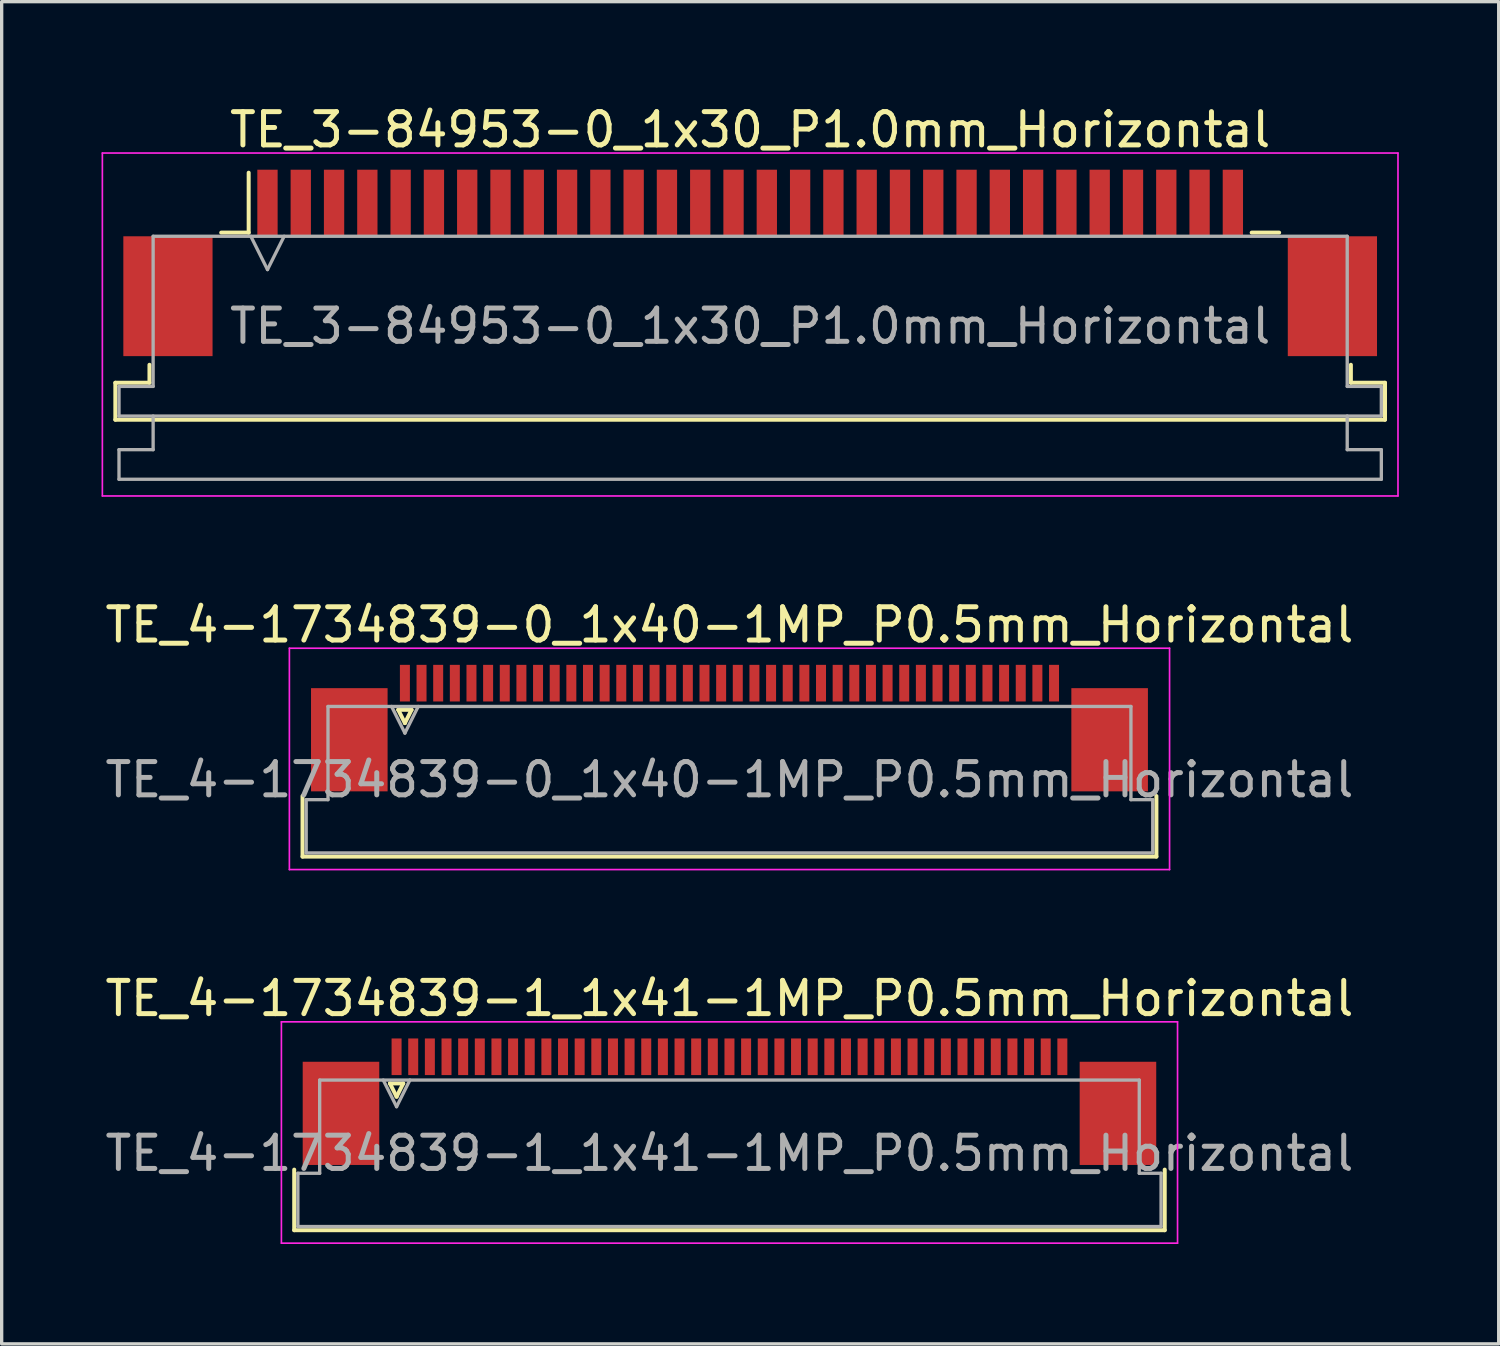
<source format=kicad_pcb>
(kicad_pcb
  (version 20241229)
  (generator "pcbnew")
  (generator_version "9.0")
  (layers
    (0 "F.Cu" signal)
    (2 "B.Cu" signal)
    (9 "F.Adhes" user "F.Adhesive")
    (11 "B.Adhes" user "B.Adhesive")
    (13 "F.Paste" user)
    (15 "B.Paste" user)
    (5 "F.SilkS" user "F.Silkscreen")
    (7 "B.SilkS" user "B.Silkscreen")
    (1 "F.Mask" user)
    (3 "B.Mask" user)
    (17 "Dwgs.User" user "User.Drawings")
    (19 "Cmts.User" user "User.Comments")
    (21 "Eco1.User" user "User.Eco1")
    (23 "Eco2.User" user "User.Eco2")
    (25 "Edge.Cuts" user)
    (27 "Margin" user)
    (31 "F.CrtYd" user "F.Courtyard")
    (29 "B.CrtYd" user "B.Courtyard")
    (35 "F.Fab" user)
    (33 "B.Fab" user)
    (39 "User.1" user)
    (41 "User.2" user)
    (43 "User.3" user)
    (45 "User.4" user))
  (footprint "TE_3-84953-0_1x30_P1.0mm_Horizontal"
    (layer "F.Cu")
    (at 19.485 4.848)
    (property "Reference" "TE_3-84953-0_1x30_P1.0mm_Horizontal" (at 0 -4 0) (layer "F.SilkS") (effects (font (size 1 1) (thickness 0.15))))
    (attr smd)
    (fp_line (start -19.07 3.6) (end -18.045 3.6) (stroke (width 0.12) (type solid)) (layer "F.SilkS"))
    (fp_line (start -19.07 4.71) (end -19.07 3.6) (stroke (width 0.12) (type solid)) (layer "F.SilkS"))
    (fp_line (start -18.045 3.6) (end -18.045 3.06) (stroke (width 0.12) (type solid)) (layer "F.SilkS"))
    (fp_line (start -15.89 -0.91) (end -15.065 -0.91) (stroke (width 0.12) (type solid)) (layer "F.SilkS"))
    (fp_line (start -15.065 -0.91) (end -15.065 -2.71) (stroke (width 0.12) (type solid)) (layer "F.SilkS"))
    (fp_line (start 15.065 -0.91) (end 15.89 -0.91) (stroke (width 0.12) (type solid)) (layer "F.SilkS"))
    (fp_line (start 18.045 3.06) (end 18.045 3.6) (stroke (width 0.12) (type solid)) (layer "F.SilkS"))
    (fp_line (start 18.045 3.6) (end 19.07 3.6) (stroke (width 0.12) (type solid)) (layer "F.SilkS"))
    (fp_line (start 19.07 3.6) (end 19.07 4.71) (stroke (width 0.12) (type solid)) (layer "F.SilkS"))
    (fp_line (start 19.07 4.71) (end -19.07 4.71) (stroke (width 0.12) (type solid)) (layer "F.SilkS"))
    (fp_line (start -19.46 -3.3) (end -19.46 7) (stroke (width 0.05) (type solid)) (layer "F.CrtYd"))
    (fp_line (start -19.46 7) (end 19.46 7) (stroke (width 0.05) (type solid)) (layer "F.CrtYd"))
    (fp_line (start 19.46 -3.3) (end -19.46 -3.3) (stroke (width 0.05) (type solid)) (layer "F.CrtYd"))
    (fp_line (start 19.46 7) (end 19.46 -3.3) (stroke (width 0.05) (type solid)) (layer "F.CrtYd"))
    (fp_line (start -18.96 3.71) (end -17.935 3.71) (stroke (width 0.1) (type solid)) (layer "F.Fab"))
    (fp_line (start -18.96 4.6) (end -18.96 3.71) (stroke (width 0.1) (type solid)) (layer "F.Fab"))
    (fp_line (start -18.96 5.61) (end -17.935 5.61) (stroke (width 0.1) (type solid)) (layer "F.Fab"))
    (fp_line (start -18.96 6.5) (end -18.96 5.61) (stroke (width 0.1) (type solid)) (layer "F.Fab"))
    (fp_line (start -17.935 -0.8) (end 17.935 -0.8) (stroke (width 0.1) (type solid)) (layer "F.Fab"))
    (fp_line (start -17.935 3.71) (end -17.935 -0.8) (stroke (width 0.1) (type solid)) (layer "F.Fab"))
    (fp_line (start -17.935 5.61) (end -17.935 4.6) (stroke (width 0.1) (type solid)) (layer "F.Fab"))
    (fp_line (start -15 -0.8) (end -14.5 0.2) (stroke (width 0.1) (type solid)) (layer "F.Fab"))
    (fp_line (start -14.5 0.2) (end -14 -0.8) (stroke (width 0.1) (type solid)) (layer "F.Fab"))
    (fp_line (start 17.935 -0.8) (end 17.935 3.71) (stroke (width 0.1) (type solid)) (layer "F.Fab"))
    (fp_line (start 17.935 3.71) (end 18.96 3.71) (stroke (width 0.1) (type solid)) (layer "F.Fab"))
    (fp_line (start 17.935 4.6) (end 17.935 5.61) (stroke (width 0.1) (type solid)) (layer "F.Fab"))
    (fp_line (start 17.935 5.61) (end 18.96 5.61) (stroke (width 0.1) (type solid)) (layer "F.Fab"))
    (fp_line (start 18.96 3.71) (end 18.96 4.6) (stroke (width 0.1) (type solid)) (layer "F.Fab"))
    (fp_line (start 18.96 4.6) (end -18.96 4.6) (stroke (width 0.1) (type solid)) (layer "F.Fab"))
    (fp_line (start 18.96 5.61) (end 18.96 6.5) (stroke (width 0.1) (type solid)) (layer "F.Fab"))
    (fp_line (start 18.96 6.5) (end -18.96 6.5) (stroke (width 0.1) (type solid)) (layer "F.Fab"))
    (fp_text user "${REFERENCE}" (at 0 1.9 0) (layer "F.Fab") (effects (font (size 1 1) (thickness 0.15))))
    (pad "" smd rect (at -17.49 1) (size 2.68 3.6) (layers "F.Cu" "F.Mask" "F.Paste"))
    (pad "" smd rect (at 17.49 1) (size 2.68 3.6) (layers "F.Cu" "F.Mask" "F.Paste"))
    (pad "1" smd rect (at -14.5 -1.8) (size 0.61 2) (layers "F.Cu" "F.Mask" "F.Paste"))
    (pad "2" smd rect (at -13.5 -1.8) (size 0.61 2) (layers "F.Cu" "F.Mask" "F.Paste"))
    (pad "3" smd rect (at -12.5 -1.8) (size 0.61 2) (layers "F.Cu" "F.Mask" "F.Paste"))
    (pad "4" smd rect (at -11.5 -1.8) (size 0.61 2) (layers "F.Cu" "F.Mask" "F.Paste"))
    (pad "5" smd rect (at -10.5 -1.8) (size 0.61 2) (layers "F.Cu" "F.Mask" "F.Paste"))
    (pad "6" smd rect (at -9.5 -1.8) (size 0.61 2) (layers "F.Cu" "F.Mask" "F.Paste"))
    (pad "7" smd rect (at -8.5 -1.8) (size 0.61 2) (layers "F.Cu" "F.Mask" "F.Paste"))
    (pad "8" smd rect (at -7.5 -1.8) (size 0.61 2) (layers "F.Cu" "F.Mask" "F.Paste"))
    (pad "9" smd rect (at -6.5 -1.8) (size 0.61 2) (layers "F.Cu" "F.Mask" "F.Paste"))
    (pad "10" smd rect (at -5.5 -1.8) (size 0.61 2) (layers "F.Cu" "F.Mask" "F.Paste"))
    (pad "11" smd rect (at -4.5 -1.8) (size 0.61 2) (layers "F.Cu" "F.Mask" "F.Paste"))
    (pad "12" smd rect (at -3.5 -1.8) (size 0.61 2) (layers "F.Cu" "F.Mask" "F.Paste"))
    (pad "13" smd rect (at -2.5 -1.8) (size 0.61 2) (layers "F.Cu" "F.Mask" "F.Paste"))
    (pad "14" smd rect (at -1.5 -1.8) (size 0.61 2) (layers "F.Cu" "F.Mask" "F.Paste"))
    (pad "15" smd rect (at -0.5 -1.8) (size 0.61 2) (layers "F.Cu" "F.Mask" "F.Paste"))
    (pad "16" smd rect (at 0.5 -1.8) (size 0.61 2) (layers "F.Cu" "F.Mask" "F.Paste"))
    (pad "17" smd rect (at 1.5 -1.8) (size 0.61 2) (layers "F.Cu" "F.Mask" "F.Paste"))
    (pad "18" smd rect (at 2.5 -1.8) (size 0.61 2) (layers "F.Cu" "F.Mask" "F.Paste"))
    (pad "19" smd rect (at 3.5 -1.8) (size 0.61 2) (layers "F.Cu" "F.Mask" "F.Paste"))
    (pad "20" smd rect (at 4.5 -1.8) (size 0.61 2) (layers "F.Cu" "F.Mask" "F.Paste"))
    (pad "21" smd rect (at 5.5 -1.8) (size 0.61 2) (layers "F.Cu" "F.Mask" "F.Paste"))
    (pad "22" smd rect (at 6.5 -1.8) (size 0.61 2) (layers "F.Cu" "F.Mask" "F.Paste"))
    (pad "23" smd rect (at 7.5 -1.8) (size 0.61 2) (layers "F.Cu" "F.Mask" "F.Paste"))
    (pad "24" smd rect (at 8.5 -1.8) (size 0.61 2) (layers "F.Cu" "F.Mask" "F.Paste"))
    (pad "25" smd rect (at 9.5 -1.8) (size 0.61 2) (layers "F.Cu" "F.Mask" "F.Paste"))
    (pad "26" smd rect (at 10.5 -1.8) (size 0.61 2) (layers "F.Cu" "F.Mask" "F.Paste"))
    (pad "27" smd rect (at 11.5 -1.8) (size 0.61 2) (layers "F.Cu" "F.Mask" "F.Paste"))
    (pad "28" smd rect (at 12.5 -1.8) (size 0.61 2) (layers "F.Cu" "F.Mask" "F.Paste"))
    (pad "29" smd rect (at 13.5 -1.8) (size 0.61 2) (layers "F.Cu" "F.Mask" "F.Paste"))
    (pad "30" smd rect (at 14.5 -1.8) (size 0.61 2) (layers "F.Cu" "F.Mask" "F.Paste")))
  (footprint "TE_4-1734839-0_1x40-1MP_P0.5mm_Horizontal"
    (layer "F.Cu")
    (at 18.863 18.822)
    (property "Reference" "TE_4-1734839-0_1x40-1MP_P0.5mm_Horizontal" (at 0 -3.1 0) (layer "F.SilkS") (effects (font (size 1 1) (thickness 0.15))))
    (attr smd)
    (fp_line (start -12.825 3.86) (end -12.825 2.04) (stroke (width 0.12) (type solid)) (layer "F.SilkS"))
    (fp_line (start -9.95 -0.55) (end -9.75 -0.15) (stroke (width 0.12) (type solid)) (layer "F.SilkS"))
    (fp_line (start -9.75 -0.15) (end -9.55 -0.55) (stroke (width 0.12) (type solid)) (layer "F.SilkS"))
    (fp_line (start -9.55 -0.55) (end -9.95 -0.55) (stroke (width 0.12) (type solid)) (layer "F.SilkS"))
    (fp_line (start 12.825 2.04) (end 12.825 3.86) (stroke (width 0.12) (type solid)) (layer "F.SilkS"))
    (fp_line (start 12.825 3.86) (end -12.825 3.86) (stroke (width 0.12) (type solid)) (layer "F.SilkS"))
    (fp_line (start -13.22 -2.4) (end -13.22 4.25) (stroke (width 0.05) (type solid)) (layer "F.CrtYd"))
    (fp_line (start -13.22 4.25) (end 13.22 4.25) (stroke (width 0.05) (type solid)) (layer "F.CrtYd"))
    (fp_line (start 13.22 -2.4) (end -13.22 -2.4) (stroke (width 0.05) (type solid)) (layer "F.CrtYd"))
    (fp_line (start 13.22 4.25) (end 13.22 -2.4) (stroke (width 0.05) (type solid)) (layer "F.CrtYd"))
    (fp_line (start -12.715 2.15) (end -12.06 2.15) (stroke (width 0.1) (type solid)) (layer "F.Fab"))
    (fp_line (start -12.715 3.75) (end -12.715 2.15) (stroke (width 0.1) (type solid)) (layer "F.Fab"))
    (fp_line (start -12.06 -0.65) (end 12.06 -0.65) (stroke (width 0.1) (type solid)) (layer "F.Fab"))
    (fp_line (start -12.06 2.15) (end -12.06 -0.65) (stroke (width 0.1) (type solid)) (layer "F.Fab"))
    (fp_line (start -10.15 -0.65) (end -9.75 0.15) (stroke (width 0.1) (type solid)) (layer "F.Fab"))
    (fp_line (start -9.75 0.15) (end -9.35 -0.65) (stroke (width 0.1) (type solid)) (layer "F.Fab"))
    (fp_line (start 12.06 -0.65) (end 12.06 2.15) (stroke (width 0.1) (type solid)) (layer "F.Fab"))
    (fp_line (start 12.06 2.15) (end 12.715 2.15) (stroke (width 0.1) (type solid)) (layer "F.Fab"))
    (fp_line (start 12.715 2.15) (end 12.715 3.75) (stroke (width 0.1) (type solid)) (layer "F.Fab"))
    (fp_line (start 12.715 3.75) (end -12.715 3.75) (stroke (width 0.1) (type solid)) (layer "F.Fab"))
    (fp_text user "${REFERENCE}" (at 0 1.55 0) (layer "F.Fab") (effects (font (size 1 1) (thickness 0.15))))
    (pad "1" smd rect (at -9.75 -1.35) (size 0.3 1.1) (layers "F.Cu" "F.Mask" "F.Paste"))
    (pad "2" smd rect (at -9.25 -1.35) (size 0.3 1.1) (layers "F.Cu" "F.Mask" "F.Paste"))
    (pad "3" smd rect (at -8.75 -1.35) (size 0.3 1.1) (layers "F.Cu" "F.Mask" "F.Paste"))
    (pad "4" smd rect (at -8.25 -1.35) (size 0.3 1.1) (layers "F.Cu" "F.Mask" "F.Paste"))
    (pad "5" smd rect (at -7.75 -1.35) (size 0.3 1.1) (layers "F.Cu" "F.Mask" "F.Paste"))
    (pad "6" smd rect (at -7.25 -1.35) (size 0.3 1.1) (layers "F.Cu" "F.Mask" "F.Paste"))
    (pad "7" smd rect (at -6.75 -1.35) (size 0.3 1.1) (layers "F.Cu" "F.Mask" "F.Paste"))
    (pad "8" smd rect (at -6.25 -1.35) (size 0.3 1.1) (layers "F.Cu" "F.Mask" "F.Paste"))
    (pad "9" smd rect (at -5.75 -1.35) (size 0.3 1.1) (layers "F.Cu" "F.Mask" "F.Paste"))
    (pad "10" smd rect (at -5.25 -1.35) (size 0.3 1.1) (layers "F.Cu" "F.Mask" "F.Paste"))
    (pad "11" smd rect (at -4.75 -1.35) (size 0.3 1.1) (layers "F.Cu" "F.Mask" "F.Paste"))
    (pad "12" smd rect (at -4.25 -1.35) (size 0.3 1.1) (layers "F.Cu" "F.Mask" "F.Paste"))
    (pad "13" smd rect (at -3.75 -1.35) (size 0.3 1.1) (layers "F.Cu" "F.Mask" "F.Paste"))
    (pad "14" smd rect (at -3.25 -1.35) (size 0.3 1.1) (layers "F.Cu" "F.Mask" "F.Paste"))
    (pad "15" smd rect (at -2.75 -1.35) (size 0.3 1.1) (layers "F.Cu" "F.Mask" "F.Paste"))
    (pad "16" smd rect (at -2.25 -1.35) (size 0.3 1.1) (layers "F.Cu" "F.Mask" "F.Paste"))
    (pad "17" smd rect (at -1.75 -1.35) (size 0.3 1.1) (layers "F.Cu" "F.Mask" "F.Paste"))
    (pad "18" smd rect (at -1.25 -1.35) (size 0.3 1.1) (layers "F.Cu" "F.Mask" "F.Paste"))
    (pad "19" smd rect (at -0.75 -1.35) (size 0.3 1.1) (layers "F.Cu" "F.Mask" "F.Paste"))
    (pad "20" smd rect (at -0.25 -1.35) (size 0.3 1.1) (layers "F.Cu" "F.Mask" "F.Paste"))
    (pad "21" smd rect (at 0.25 -1.35) (size 0.3 1.1) (layers "F.Cu" "F.Mask" "F.Paste"))
    (pad "22" smd rect (at 0.75 -1.35) (size 0.3 1.1) (layers "F.Cu" "F.Mask" "F.Paste"))
    (pad "23" smd rect (at 1.25 -1.35) (size 0.3 1.1) (layers "F.Cu" "F.Mask" "F.Paste"))
    (pad "24" smd rect (at 1.75 -1.35) (size 0.3 1.1) (layers "F.Cu" "F.Mask" "F.Paste"))
    (pad "25" smd rect (at 2.25 -1.35) (size 0.3 1.1) (layers "F.Cu" "F.Mask" "F.Paste"))
    (pad "26" smd rect (at 2.75 -1.35) (size 0.3 1.1) (layers "F.Cu" "F.Mask" "F.Paste"))
    (pad "27" smd rect (at 3.25 -1.35) (size 0.3 1.1) (layers "F.Cu" "F.Mask" "F.Paste"))
    (pad "28" smd rect (at 3.75 -1.35) (size 0.3 1.1) (layers "F.Cu" "F.Mask" "F.Paste"))
    (pad "29" smd rect (at 4.25 -1.35) (size 0.3 1.1) (layers "F.Cu" "F.Mask" "F.Paste"))
    (pad "30" smd rect (at 4.75 -1.35) (size 0.3 1.1) (layers "F.Cu" "F.Mask" "F.Paste"))
    (pad "31" smd rect (at 5.25 -1.35) (size 0.3 1.1) (layers "F.Cu" "F.Mask" "F.Paste"))
    (pad "32" smd rect (at 5.75 -1.35) (size 0.3 1.1) (layers "F.Cu" "F.Mask" "F.Paste"))
    (pad "33" smd rect (at 6.25 -1.35) (size 0.3 1.1) (layers "F.Cu" "F.Mask" "F.Paste"))
    (pad "34" smd rect (at 6.75 -1.35) (size 0.3 1.1) (layers "F.Cu" "F.Mask" "F.Paste"))
    (pad "35" smd rect (at 7.25 -1.35) (size 0.3 1.1) (layers "F.Cu" "F.Mask" "F.Paste"))
    (pad "36" smd rect (at 7.75 -1.35) (size 0.3 1.1) (layers "F.Cu" "F.Mask" "F.Paste"))
    (pad "37" smd rect (at 8.25 -1.35) (size 0.3 1.1) (layers "F.Cu" "F.Mask" "F.Paste"))
    (pad "38" smd rect (at 8.75 -1.35) (size 0.3 1.1) (layers "F.Cu" "F.Mask" "F.Paste"))
    (pad "39" smd rect (at 9.25 -1.35) (size 0.3 1.1) (layers "F.Cu" "F.Mask" "F.Paste"))
    (pad "40" smd rect (at 9.75 -1.35) (size 0.3 1.1) (layers "F.Cu" "F.Mask" "F.Paste"))
    (pad "MP" smd rect (at -11.42 0.35) (size 2.3 3.1) (layers "F.Cu" "F.Mask" "F.Paste"))
    (pad "MP" smd rect (at 11.42 0.35) (size 2.3 3.1) (layers "F.Cu" "F.Mask" "F.Paste")))
  (footprint "TE_4-1734839-1_1x41-1MP_P0.5mm_Horizontal"
    (layer "F.Cu")
    (at 18.863 30.495)
    (property "Reference" "TE_4-1734839-1_1x41-1MP_P0.5mm_Horizontal" (at 0 -3.55 0) (layer "F.SilkS") (effects (font (size 1 1) (thickness 0.15))))
    (attr smd)
    (fp_line (start -13.075 3.41) (end -13.075 1.59) (stroke (width 0.12) (type solid)) (layer "F.SilkS"))
    (fp_line (start -10.2 -1) (end -10 -0.6) (stroke (width 0.12) (type solid)) (layer "F.SilkS"))
    (fp_line (start -10 -0.6) (end -9.8 -1) (stroke (width 0.12) (type solid)) (layer "F.SilkS"))
    (fp_line (start -9.8 -1) (end -10.2 -1) (stroke (width 0.12) (type solid)) (layer "F.SilkS"))
    (fp_line (start 13.075 1.59) (end 13.075 3.41) (stroke (width 0.12) (type solid)) (layer "F.SilkS"))
    (fp_line (start 13.075 3.41) (end -13.075 3.41) (stroke (width 0.12) (type solid)) (layer "F.SilkS"))
    (fp_line (start -13.46 -2.85) (end -13.46 3.8) (stroke (width 0.05) (type solid)) (layer "F.CrtYd"))
    (fp_line (start -13.46 3.8) (end 13.46 3.8) (stroke (width 0.05) (type solid)) (layer "F.CrtYd"))
    (fp_line (start 13.46 -2.85) (end -13.46 -2.85) (stroke (width 0.05) (type solid)) (layer "F.CrtYd"))
    (fp_line (start 13.46 3.8) (end 13.46 -2.85) (stroke (width 0.05) (type solid)) (layer "F.CrtYd"))
    (fp_line (start -12.965 1.7) (end -12.31 1.7) (stroke (width 0.1) (type solid)) (layer "F.Fab"))
    (fp_line (start -12.965 3.3) (end -12.965 1.7) (stroke (width 0.1) (type solid)) (layer "F.Fab"))
    (fp_line (start -12.31 -1.1) (end 12.31 -1.1) (stroke (width 0.1) (type solid)) (layer "F.Fab"))
    (fp_line (start -12.31 1.7) (end -12.31 -1.1) (stroke (width 0.1) (type solid)) (layer "F.Fab"))
    (fp_line (start -10.4 -1.1) (end -10 -0.3) (stroke (width 0.1) (type solid)) (layer "F.Fab"))
    (fp_line (start -10 -0.3) (end -9.6 -1.1) (stroke (width 0.1) (type solid)) (layer "F.Fab"))
    (fp_line (start 12.31 -1.1) (end 12.31 1.7) (stroke (width 0.1) (type solid)) (layer "F.Fab"))
    (fp_line (start 12.31 1.7) (end 12.965 1.7) (stroke (width 0.1) (type solid)) (layer "F.Fab"))
    (fp_line (start 12.965 1.7) (end 12.965 3.3) (stroke (width 0.1) (type solid)) (layer "F.Fab"))
    (fp_line (start 12.965 3.3) (end -12.965 3.3) (stroke (width 0.1) (type solid)) (layer "F.Fab"))
    (fp_text user "${REFERENCE}" (at 0 1.1 0) (layer "F.Fab") (effects (font (size 1 1) (thickness 0.15))))
    (pad "1" smd rect (at -10 -1.8) (size 0.3 1.1) (layers "F.Cu" "F.Mask" "F.Paste"))
    (pad "2" smd rect (at -9.5 -1.8) (size 0.3 1.1) (layers "F.Cu" "F.Mask" "F.Paste"))
    (pad "3" smd rect (at -9 -1.8) (size 0.3 1.1) (layers "F.Cu" "F.Mask" "F.Paste"))
    (pad "4" smd rect (at -8.5 -1.8) (size 0.3 1.1) (layers "F.Cu" "F.Mask" "F.Paste"))
    (pad "5" smd rect (at -8 -1.8) (size 0.3 1.1) (layers "F.Cu" "F.Mask" "F.Paste"))
    (pad "6" smd rect (at -7.5 -1.8) (size 0.3 1.1) (layers "F.Cu" "F.Mask" "F.Paste"))
    (pad "7" smd rect (at -7 -1.8) (size 0.3 1.1) (layers "F.Cu" "F.Mask" "F.Paste"))
    (pad "8" smd rect (at -6.5 -1.8) (size 0.3 1.1) (layers "F.Cu" "F.Mask" "F.Paste"))
    (pad "9" smd rect (at -6 -1.8) (size 0.3 1.1) (layers "F.Cu" "F.Mask" "F.Paste"))
    (pad "10" smd rect (at -5.5 -1.8) (size 0.3 1.1) (layers "F.Cu" "F.Mask" "F.Paste"))
    (pad "11" smd rect (at -5 -1.8) (size 0.3 1.1) (layers "F.Cu" "F.Mask" "F.Paste"))
    (pad "12" smd rect (at -4.5 -1.8) (size 0.3 1.1) (layers "F.Cu" "F.Mask" "F.Paste"))
    (pad "13" smd rect (at -4 -1.8) (size 0.3 1.1) (layers "F.Cu" "F.Mask" "F.Paste"))
    (pad "14" smd rect (at -3.5 -1.8) (size 0.3 1.1) (layers "F.Cu" "F.Mask" "F.Paste"))
    (pad "15" smd rect (at -3 -1.8) (size 0.3 1.1) (layers "F.Cu" "F.Mask" "F.Paste"))
    (pad "16" smd rect (at -2.5 -1.8) (size 0.3 1.1) (layers "F.Cu" "F.Mask" "F.Paste"))
    (pad "17" smd rect (at -2 -1.8) (size 0.3 1.1) (layers "F.Cu" "F.Mask" "F.Paste"))
    (pad "18" smd rect (at -1.5 -1.8) (size 0.3 1.1) (layers "F.Cu" "F.Mask" "F.Paste"))
    (pad "19" smd rect (at -1 -1.8) (size 0.3 1.1) (layers "F.Cu" "F.Mask" "F.Paste"))
    (pad "20" smd rect (at -0.5 -1.8) (size 0.3 1.1) (layers "F.Cu" "F.Mask" "F.Paste"))
    (pad "21" smd rect (at 0 -1.8) (size 0.3 1.1) (layers "F.Cu" "F.Mask" "F.Paste"))
    (pad "22" smd rect (at 0.5 -1.8) (size 0.3 1.1) (layers "F.Cu" "F.Mask" "F.Paste"))
    (pad "23" smd rect (at 1 -1.8) (size 0.3 1.1) (layers "F.Cu" "F.Mask" "F.Paste"))
    (pad "24" smd rect (at 1.5 -1.8) (size 0.3 1.1) (layers "F.Cu" "F.Mask" "F.Paste"))
    (pad "25" smd rect (at 2 -1.8) (size 0.3 1.1) (layers "F.Cu" "F.Mask" "F.Paste"))
    (pad "26" smd rect (at 2.5 -1.8) (size 0.3 1.1) (layers "F.Cu" "F.Mask" "F.Paste"))
    (pad "27" smd rect (at 3 -1.8) (size 0.3 1.1) (layers "F.Cu" "F.Mask" "F.Paste"))
    (pad "28" smd rect (at 3.5 -1.8) (size 0.3 1.1) (layers "F.Cu" "F.Mask" "F.Paste"))
    (pad "29" smd rect (at 4 -1.8) (size 0.3 1.1) (layers "F.Cu" "F.Mask" "F.Paste"))
    (pad "30" smd rect (at 4.5 -1.8) (size 0.3 1.1) (layers "F.Cu" "F.Mask" "F.Paste"))
    (pad "31" smd rect (at 5 -1.8) (size 0.3 1.1) (layers "F.Cu" "F.Mask" "F.Paste"))
    (pad "32" smd rect (at 5.5 -1.8) (size 0.3 1.1) (layers "F.Cu" "F.Mask" "F.Paste"))
    (pad "33" smd rect (at 6 -1.8) (size 0.3 1.1) (layers "F.Cu" "F.Mask" "F.Paste"))
    (pad "34" smd rect (at 6.5 -1.8) (size 0.3 1.1) (layers "F.Cu" "F.Mask" "F.Paste"))
    (pad "35" smd rect (at 7 -1.8) (size 0.3 1.1) (layers "F.Cu" "F.Mask" "F.Paste"))
    (pad "36" smd rect (at 7.5 -1.8) (size 0.3 1.1) (layers "F.Cu" "F.Mask" "F.Paste"))
    (pad "37" smd rect (at 8 -1.8) (size 0.3 1.1) (layers "F.Cu" "F.Mask" "F.Paste"))
    (pad "38" smd rect (at 8.5 -1.8) (size 0.3 1.1) (layers "F.Cu" "F.Mask" "F.Paste"))
    (pad "39" smd rect (at 9 -1.8) (size 0.3 1.1) (layers "F.Cu" "F.Mask" "F.Paste"))
    (pad "40" smd rect (at 9.5 -1.8) (size 0.3 1.1) (layers "F.Cu" "F.Mask" "F.Paste"))
    (pad "41" smd rect (at 10 -1.8) (size 0.3 1.1) (layers "F.Cu" "F.Mask" "F.Paste"))
    (pad "MP" smd rect (at -11.67 -0.1) (size 2.3 3.1) (layers "F.Cu" "F.Mask" "F.Paste"))
    (pad "MP" smd rect (at 11.67 -0.1) (size 2.3 3.1) (layers "F.Cu" "F.Mask" "F.Paste")))
  (gr_rect
    (start -3 -3)
    (end 41.97 37.32)
    (stroke (width 0.1) (type default))
    (fill no)
    (layer "Edge.Cuts")))
</source>
